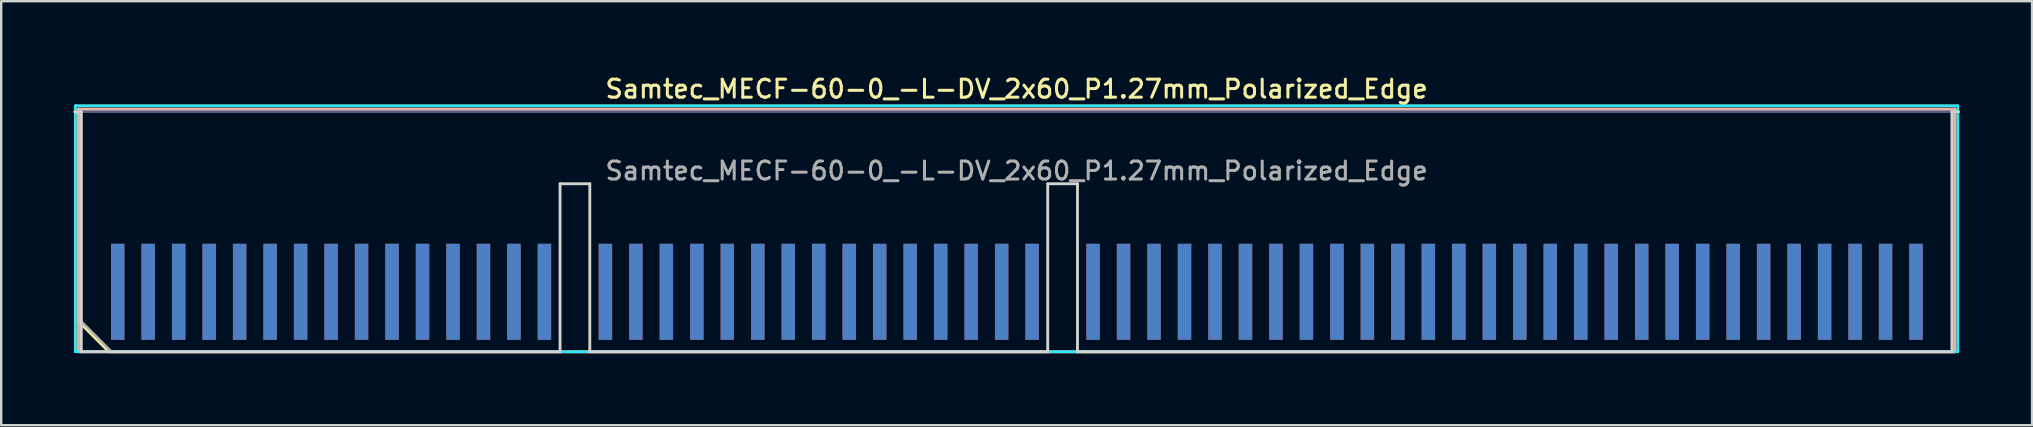
<source format=kicad_pcb>
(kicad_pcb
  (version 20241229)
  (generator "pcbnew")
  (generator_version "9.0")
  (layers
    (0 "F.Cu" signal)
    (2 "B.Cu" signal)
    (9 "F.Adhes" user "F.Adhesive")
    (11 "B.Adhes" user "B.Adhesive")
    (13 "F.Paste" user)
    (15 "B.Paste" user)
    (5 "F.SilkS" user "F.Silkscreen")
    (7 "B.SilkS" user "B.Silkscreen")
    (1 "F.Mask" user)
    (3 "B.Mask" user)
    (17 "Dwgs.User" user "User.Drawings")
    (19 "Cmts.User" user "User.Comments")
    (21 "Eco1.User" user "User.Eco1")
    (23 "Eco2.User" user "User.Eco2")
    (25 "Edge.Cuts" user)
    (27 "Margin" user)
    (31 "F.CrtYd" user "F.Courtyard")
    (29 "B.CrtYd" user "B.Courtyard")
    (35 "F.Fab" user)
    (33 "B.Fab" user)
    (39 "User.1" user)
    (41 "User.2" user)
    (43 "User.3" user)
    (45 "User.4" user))
  (footprint "Samtec_MECF-60-0_-L-DV_2x60_P1.27mm_Polarized_Edge"
    (layer "F.Cu")
    (at 39.31 6.608)
    (property "Reference" "Samtec_MECF-60-0_-L-DV_2x60_P1.27mm_Polarized_Edge" (at 0 -5.95 0) (layer "F.SilkS") (effects (font (size 0.75 0.75) (thickness 0.125))))
    (attr exclude_from_pos_files exclude_from_bom)
    (fp_line (start -39.22 -5.25) (end -39.22 5) (stroke (width 0.1) (type solid)) (layer "F.SilkS"))
    (fp_line (start -39.22 5) (end 39.22 5) (stroke (width 0.1) (type solid)) (layer "F.SilkS"))
    (fp_line (start -39.09 -5.11) (end 39.09 -5.11) (stroke (width 0.12) (type solid)) (layer "F.SilkS"))
    (fp_line (start -39.09 3.73) (end -39.09 -5.11) (stroke (width 0.12) (type solid)) (layer "F.SilkS"))
    (fp_line (start -37.82 5) (end -39.09 3.73) (stroke (width 0.12) (type solid)) (layer "F.SilkS"))
    (fp_line (start -37.82 5) (end 39.09 5) (stroke (width 0.12) (type solid)) (layer "F.SilkS"))
    (fp_line (start 39.09 5) (end 39.09 -5.11) (stroke (width 0.12) (type solid)) (layer "F.SilkS"))
    (fp_line (start 39.22 -5.25) (end -39.22 -5.25) (stroke (width 0.1) (type solid)) (layer "F.SilkS"))
    (fp_line (start 39.22 5) (end 39.22 -5.25) (stroke (width 0.1) (type solid)) (layer "F.SilkS"))
    (fp_line (start -39.09 -5.11) (end 39.09 -5.11) (stroke (width 0.12) (type solid)) (layer "B.SilkS"))
    (fp_line (start -39.09 5) (end -39.09 -5.11) (stroke (width 0.12) (type solid)) (layer "B.SilkS"))
    (fp_line (start -39.09 5) (end 39.09 5) (stroke (width 0.12) (type solid)) (layer "B.SilkS"))
    (fp_line (start 39.09 5) (end 39.09 -5.11) (stroke (width 0.12) (type solid)) (layer "B.SilkS"))
    (fp_line (start -39.25 -5) (end -38.975 -5) (stroke (width 0.12) (type solid)) (layer "Edge.Cuts"))
    (fp_line (start -38.975 5) (end -38.975 -5) (stroke (width 0.12) (type solid)) (layer "Edge.Cuts"))
    (fp_line (start -38.975 5) (end -19.025 5) (stroke (width 0.12) (type solid)) (layer "Edge.Cuts"))
    (fp_line (start -19.025 -2) (end -17.785 -2) (stroke (width 0.12) (type solid)) (layer "Edge.Cuts"))
    (fp_line (start -19.025 5) (end -19.025 -2) (stroke (width 0.12) (type solid)) (layer "Edge.Cuts"))
    (fp_line (start -17.785 5) (end -17.785 -2) (stroke (width 0.12) (type solid)) (layer "Edge.Cuts"))
    (fp_line (start -17.785 5) (end 1.295 5) (stroke (width 0.12) (type solid)) (layer "Edge.Cuts"))
    (fp_line (start 1.295 -2) (end 2.535 -2) (stroke (width 0.12) (type solid)) (layer "Edge.Cuts"))
    (fp_line (start 1.295 5) (end 1.295 -2) (stroke (width 0.12) (type solid)) (layer "Edge.Cuts"))
    (fp_line (start 2.535 5) (end 2.535 -2) (stroke (width 0.12) (type solid)) (layer "Edge.Cuts"))
    (fp_line (start 2.535 5) (end 38.975 5) (stroke (width 0.12) (type solid)) (layer "Edge.Cuts"))
    (fp_line (start 38.975 5) (end 38.975 -5) (stroke (width 0.12) (type solid)) (layer "Edge.Cuts"))
    (fp_line (start 39.25 -5) (end 38.975 -5) (stroke (width 0.12) (type solid)) (layer "Edge.Cuts"))
    (fp_line (start -39.22 -5.25) (end -39.22 5) (stroke (width 0.1) (type solid)) (layer "B.CrtYd"))
    (fp_line (start -39.22 5) (end 39.22 5) (stroke (width 0.1) (type solid)) (layer "B.CrtYd"))
    (fp_line (start 39.22 -5.25) (end -39.22 -5.25) (stroke (width 0.1) (type solid)) (layer "B.CrtYd"))
    (fp_line (start 39.22 5) (end 39.22 -5.25) (stroke (width 0.1) (type solid)) (layer "B.CrtYd"))
    (fp_line (start -38.975 -5) (end 38.975 -5) (stroke (width 0.1) (type solid)) (layer "B.Fab"))
    (fp_line (start -38.975 5) (end -38.975 -5) (stroke (width 0.1) (type solid)) (layer "B.Fab"))
    (fp_line (start -38.975 5) (end 38.975 5) (stroke (width 0.1) (type solid)) (layer "B.Fab"))
    (fp_line (start 38.975 5) (end 38.975 -5) (stroke (width 0.1) (type solid)) (layer "B.Fab"))
    (fp_line (start -38.975 -5) (end 38.975 -5) (stroke (width 0.1) (type solid)) (layer "F.Fab"))
    (fp_line (start -38.975 3.73) (end -38.975 -5) (stroke (width 0.1) (type solid)) (layer "F.Fab"))
    (fp_line (start -38.975 3.73) (end -37.705 5) (stroke (width 0.1) (type solid)) (layer "F.Fab"))
    (fp_line (start -37.705 5) (end 38.975 5) (stroke (width 0.1) (type solid)) (layer "F.Fab"))
    (fp_line (start 38.975 5) (end 38.975 -5) (stroke (width 0.1) (type solid)) (layer "F.Fab"))
    (fp_text user "${REFERENCE}" (at 0 -2.54 0) (layer "F.Fab") (effects (font (size 0.75 0.75) (thickness 0.125))))
    (pad "1" connect rect (at -37.455 2.5) (size 0.56 4) (layers "F.Cu" "F.Mask"))
    (pad "2" connect rect (at -37.455 2.5) (size 0.56 4) (layers "B.Cu" "B.Mask"))
    (pad "3" connect rect (at -36.185 2.5) (size 0.56 4) (layers "F.Cu" "F.Mask"))
    (pad "4" connect rect (at -36.185 2.5) (size 0.56 4) (layers "B.Cu" "B.Mask"))
    (pad "5" connect rect (at -34.915 2.5) (size 0.56 4) (layers "F.Cu" "F.Mask"))
    (pad "6" connect rect (at -34.915 2.5) (size 0.56 4) (layers "B.Cu" "B.Mask"))
    (pad "7" connect rect (at -33.645 2.5) (size 0.56 4) (layers "F.Cu" "F.Mask"))
    (pad "8" connect rect (at -33.645 2.5) (size 0.56 4) (layers "B.Cu" "B.Mask"))
    (pad "9" connect rect (at -32.375 2.5) (size 0.56 4) (layers "F.Cu" "F.Mask"))
    (pad "10" connect rect (at -32.375 2.5) (size 0.56 4) (layers "B.Cu" "B.Mask"))
    (pad "11" connect rect (at -31.105 2.5) (size 0.56 4) (layers "F.Cu" "F.Mask"))
    (pad "12" connect rect (at -31.105 2.5) (size 0.56 4) (layers "B.Cu" "B.Mask"))
    (pad "13" connect rect (at -29.835 2.5) (size 0.56 4) (layers "F.Cu" "F.Mask"))
    (pad "14" connect rect (at -29.835 2.5) (size 0.56 4) (layers "B.Cu" "B.Mask"))
    (pad "15" connect rect (at -28.565 2.5) (size 0.56 4) (layers "F.Cu" "F.Mask"))
    (pad "16" connect rect (at -28.565 2.5) (size 0.56 4) (layers "B.Cu" "B.Mask"))
    (pad "17" connect rect (at -27.295 2.5) (size 0.56 4) (layers "F.Cu" "F.Mask"))
    (pad "18" connect rect (at -27.295 2.5) (size 0.56 4) (layers "B.Cu" "B.Mask"))
    (pad "19" connect rect (at -26.025 2.5) (size 0.56 4) (layers "F.Cu" "F.Mask"))
    (pad "20" connect rect (at -26.025 2.5) (size 0.56 4) (layers "B.Cu" "B.Mask"))
    (pad "21" connect rect (at -24.755 2.5) (size 0.56 4) (layers "F.Cu" "F.Mask"))
    (pad "22" connect rect (at -24.755 2.5) (size 0.56 4) (layers "B.Cu" "B.Mask"))
    (pad "23" connect rect (at -23.485 2.5) (size 0.56 4) (layers "F.Cu" "F.Mask"))
    (pad "24" connect rect (at -23.485 2.5) (size 0.56 4) (layers "B.Cu" "B.Mask"))
    (pad "25" connect rect (at -22.215 2.5) (size 0.56 4) (layers "F.Cu" "F.Mask"))
    (pad "26" connect rect (at -22.215 2.5) (size 0.56 4) (layers "B.Cu" "B.Mask"))
    (pad "27" connect rect (at -20.945 2.5) (size 0.56 4) (layers "F.Cu" "F.Mask"))
    (pad "28" connect rect (at -20.945 2.5) (size 0.56 4) (layers "B.Cu" "B.Mask"))
    (pad "29" connect rect (at -19.675 2.5) (size 0.56 4) (layers "F.Cu" "F.Mask"))
    (pad "30" connect rect (at -19.675 2.5) (size 0.56 4) (layers "B.Cu" "B.Mask"))
    (pad "33" connect rect (at -17.135 2.5) (size 0.56 4) (layers "F.Cu" "F.Mask"))
    (pad "34" connect rect (at -17.135 2.5) (size 0.56 4) (layers "B.Cu" "B.Mask"))
    (pad "35" connect rect (at -15.865 2.5) (size 0.56 4) (layers "F.Cu" "F.Mask"))
    (pad "36" connect rect (at -15.865 2.5) (size 0.56 4) (layers "B.Cu" "B.Mask"))
    (pad "37" connect rect (at -14.595 2.5) (size 0.56 4) (layers "F.Cu" "F.Mask"))
    (pad "38" connect rect (at -14.595 2.5) (size 0.56 4) (layers "B.Cu" "B.Mask"))
    (pad "39" connect rect (at -13.325 2.5) (size 0.56 4) (layers "F.Cu" "F.Mask"))
    (pad "40" connect rect (at -13.325 2.5) (size 0.56 4) (layers "B.Cu" "B.Mask"))
    (pad "41" connect rect (at -12.055 2.5) (size 0.56 4) (layers "F.Cu" "F.Mask"))
    (pad "42" connect rect (at -12.055 2.5) (size 0.56 4) (layers "B.Cu" "B.Mask"))
    (pad "43" connect rect (at -10.785 2.5) (size 0.56 4) (layers "F.Cu" "F.Mask"))
    (pad "44" connect rect (at -10.785 2.5) (size 0.56 4) (layers "B.Cu" "B.Mask"))
    (pad "45" connect rect (at -9.515 2.5) (size 0.56 4) (layers "F.Cu" "F.Mask"))
    (pad "46" connect rect (at -9.515 2.5) (size 0.56 4) (layers "B.Cu" "B.Mask"))
    (pad "47" connect rect (at -8.245 2.5) (size 0.56 4) (layers "F.Cu" "F.Mask"))
    (pad "48" connect rect (at -8.245 2.5) (size 0.56 4) (layers "B.Cu" "B.Mask"))
    (pad "49" connect rect (at -6.975 2.5) (size 0.56 4) (layers "F.Cu" "F.Mask"))
    (pad "50" connect rect (at -6.975 2.5) (size 0.56 4) (layers "B.Cu" "B.Mask"))
    (pad "51" connect rect (at -5.705 2.5) (size 0.56 4) (layers "F.Cu" "F.Mask"))
    (pad "52" connect rect (at -5.705 2.5) (size 0.56 4) (layers "B.Cu" "B.Mask"))
    (pad "53" connect rect (at -4.435 2.5) (size 0.56 4) (layers "F.Cu" "F.Mask"))
    (pad "54" connect rect (at -4.435 2.5) (size 0.56 4) (layers "B.Cu" "B.Mask"))
    (pad "55" connect rect (at -3.165 2.5) (size 0.56 4) (layers "F.Cu" "F.Mask"))
    (pad "56" connect rect (at -3.165 2.5) (size 0.56 4) (layers "B.Cu" "B.Mask"))
    (pad "57" connect rect (at -1.895 2.5) (size 0.56 4) (layers "F.Cu" "F.Mask"))
    (pad "58" connect rect (at -1.895 2.5) (size 0.56 4) (layers "B.Cu" "B.Mask"))
    (pad "59" connect rect (at -0.625 2.5) (size 0.56 4) (layers "F.Cu" "F.Mask"))
    (pad "60" connect rect (at -0.625 2.5) (size 0.56 4) (layers "B.Cu" "B.Mask"))
    (pad "61" connect rect (at 0.645 2.5) (size 0.56 4) (layers "F.Cu" "F.Mask"))
    (pad "62" connect rect (at 0.645 2.5) (size 0.56 4) (layers "B.Cu" "B.Mask"))
    (pad "65" connect rect (at 3.185 2.5) (size 0.56 4) (layers "F.Cu" "F.Mask"))
    (pad "66" connect rect (at 3.185 2.5) (size 0.56 4) (layers "B.Cu" "B.Mask"))
    (pad "67" connect rect (at 4.455 2.5) (size 0.56 4) (layers "F.Cu" "F.Mask"))
    (pad "68" connect rect (at 4.455 2.5) (size 0.56 4) (layers "B.Cu" "B.Mask"))
    (pad "69" connect rect (at 5.725 2.5) (size 0.56 4) (layers "F.Cu" "F.Mask"))
    (pad "70" connect rect (at 5.725 2.5) (size 0.56 4) (layers "B.Cu" "B.Mask"))
    (pad "71" connect rect (at 6.995 2.5) (size 0.56 4) (layers "F.Cu" "F.Mask"))
    (pad "72" connect rect (at 6.995 2.5) (size 0.56 4) (layers "B.Cu" "B.Mask"))
    (pad "73" connect rect (at 8.265 2.5) (size 0.56 4) (layers "F.Cu" "F.Mask"))
    (pad "74" connect rect (at 8.265 2.5) (size 0.56 4) (layers "B.Cu" "B.Mask"))
    (pad "75" connect rect (at 9.535 2.5) (size 0.56 4) (layers "F.Cu" "F.Mask"))
    (pad "76" connect rect (at 9.535 2.5) (size 0.56 4) (layers "B.Cu" "B.Mask"))
    (pad "77" connect rect (at 10.805 2.5) (size 0.56 4) (layers "F.Cu" "F.Mask"))
    (pad "78" connect rect (at 10.805 2.5) (size 0.56 4) (layers "B.Cu" "B.Mask"))
    (pad "79" connect rect (at 12.075 2.5) (size 0.56 4) (layers "F.Cu" "F.Mask"))
    (pad "80" connect rect (at 12.075 2.5) (size 0.56 4) (layers "B.Cu" "B.Mask"))
    (pad "81" connect rect (at 13.345 2.5) (size 0.56 4) (layers "F.Cu" "F.Mask"))
    (pad "82" connect rect (at 13.345 2.5) (size 0.56 4) (layers "B.Cu" "B.Mask"))
    (pad "83" connect rect (at 14.615 2.5) (size 0.56 4) (layers "F.Cu" "F.Mask"))
    (pad "84" connect rect (at 14.615 2.5) (size 0.56 4) (layers "B.Cu" "B.Mask"))
    (pad "85" connect rect (at 15.885 2.5) (size 0.56 4) (layers "F.Cu" "F.Mask"))
    (pad "86" connect rect (at 15.885 2.5) (size 0.56 4) (layers "B.Cu" "B.Mask"))
    (pad "87" connect rect (at 17.155 2.5) (size 0.56 4) (layers "F.Cu" "F.Mask"))
    (pad "88" connect rect (at 17.155 2.5) (size 0.56 4) (layers "B.Cu" "B.Mask"))
    (pad "89" connect rect (at 18.425 2.5) (size 0.56 4) (layers "F.Cu" "F.Mask"))
    (pad "90" connect rect (at 18.425 2.5) (size 0.56 4) (layers "B.Cu" "B.Mask"))
    (pad "91" connect rect (at 19.695 2.5) (size 0.56 4) (layers "F.Cu" "F.Mask"))
    (pad "92" connect rect (at 19.695 2.5) (size 0.56 4) (layers "B.Cu" "B.Mask"))
    (pad "93" connect rect (at 20.965 2.5) (size 0.56 4) (layers "F.Cu" "F.Mask"))
    (pad "94" connect rect (at 20.965 2.5) (size 0.56 4) (layers "B.Cu" "B.Mask"))
    (pad "95" connect rect (at 22.235 2.5) (size 0.56 4) (layers "F.Cu" "F.Mask"))
    (pad "96" connect rect (at 22.235 2.5) (size 0.56 4) (layers "B.Cu" "B.Mask"))
    (pad "97" connect rect (at 23.505 2.5) (size 0.56 4) (layers "F.Cu" "F.Mask"))
    (pad "98" connect rect (at 23.505 2.5) (size 0.56 4) (layers "B.Cu" "B.Mask"))
    (pad "99" connect rect (at 24.775 2.5) (size 0.56 4) (layers "F.Cu" "F.Mask"))
    (pad "100" connect rect (at 24.775 2.5) (size 0.56 4) (layers "B.Cu" "B.Mask"))
    (pad "101" connect rect (at 26.045 2.5) (size 0.56 4) (layers "F.Cu" "F.Mask"))
    (pad "102" connect rect (at 26.045 2.5) (size 0.56 4) (layers "B.Cu" "B.Mask"))
    (pad "103" connect rect (at 27.315 2.5) (size 0.56 4) (layers "F.Cu" "F.Mask"))
    (pad "104" connect rect (at 27.315 2.5) (size 0.56 4) (layers "B.Cu" "B.Mask"))
    (pad "105" connect rect (at 28.585 2.5) (size 0.56 4) (layers "F.Cu" "F.Mask"))
    (pad "106" connect rect (at 28.585 2.5) (size 0.56 4) (layers "B.Cu" "B.Mask"))
    (pad "107" connect rect (at 29.855 2.5) (size 0.56 4) (layers "F.Cu" "F.Mask"))
    (pad "108" connect rect (at 29.855 2.5) (size 0.56 4) (layers "B.Cu" "B.Mask"))
    (pad "109" connect rect (at 31.125 2.5) (size 0.56 4) (layers "F.Cu" "F.Mask"))
    (pad "110" connect rect (at 31.125 2.5) (size 0.56 4) (layers "B.Cu" "B.Mask"))
    (pad "111" connect rect (at 32.395 2.5) (size 0.56 4) (layers "F.Cu" "F.Mask"))
    (pad "112" connect rect (at 32.395 2.5) (size 0.56 4) (layers "B.Cu" "B.Mask"))
    (pad "113" connect rect (at 33.665 2.5) (size 0.56 4) (layers "F.Cu" "F.Mask"))
    (pad "114" connect rect (at 33.665 2.5) (size 0.56 4) (layers "B.Cu" "B.Mask"))
    (pad "115" connect rect (at 34.935 2.5) (size 0.56 4) (layers "F.Cu" "F.Mask"))
    (pad "116" connect rect (at 34.935 2.5) (size 0.56 4) (layers "B.Cu" "B.Mask"))
    (pad "117" connect rect (at 36.205 2.5) (size 0.56 4) (layers "F.Cu" "F.Mask"))
    (pad "118" connect rect (at 36.205 2.5) (size 0.56 4) (layers "B.Cu" "B.Mask"))
    (pad "119" connect rect (at 37.475 2.5) (size 0.56 4) (layers "F.Cu" "F.Mask"))
    (pad "120" connect rect (at 37.475 2.5) (size 0.56 4) (layers "B.Cu" "B.Mask")))
  (gr_rect
    (start -3 -3)
    (end 81.62 14.668)
    (stroke (width 0.1) (type default))
    (fill no)
    (layer "Edge.Cuts")))
</source>
